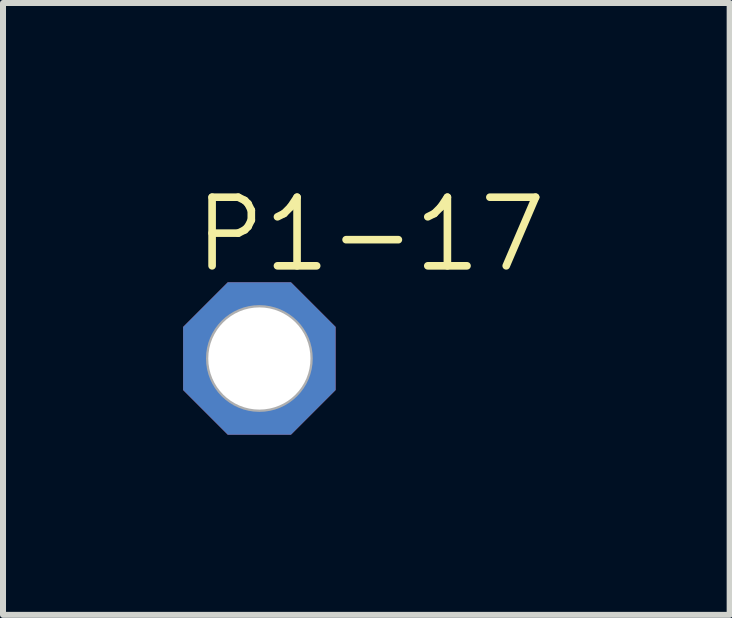
<source format=kicad_pcb>
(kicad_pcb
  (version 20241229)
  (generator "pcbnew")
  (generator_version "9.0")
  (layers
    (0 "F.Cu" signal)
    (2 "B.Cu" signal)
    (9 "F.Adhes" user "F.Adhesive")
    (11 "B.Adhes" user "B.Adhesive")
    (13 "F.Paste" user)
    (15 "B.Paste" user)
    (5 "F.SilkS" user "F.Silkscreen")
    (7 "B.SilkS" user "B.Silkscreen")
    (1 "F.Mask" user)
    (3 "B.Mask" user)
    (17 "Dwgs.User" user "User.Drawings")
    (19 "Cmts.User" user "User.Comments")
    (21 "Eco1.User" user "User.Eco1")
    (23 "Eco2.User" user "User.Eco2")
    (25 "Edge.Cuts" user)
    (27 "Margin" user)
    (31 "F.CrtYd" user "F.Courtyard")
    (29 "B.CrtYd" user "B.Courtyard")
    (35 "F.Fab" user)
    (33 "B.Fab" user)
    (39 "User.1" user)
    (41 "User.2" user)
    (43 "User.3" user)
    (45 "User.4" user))
  (footprint "P1-17"
    (layer "F.Cu")
    (at 1.27 2.921)
    (property "Reference" "P1-17" (at -1.143 -1.397 0) (unlocked yes) (layer "F.SilkS") (effects (font (size 1.143 1.143) (thickness 0.127)) (justify left bottom)))
    (fp_circle (center 0 0) (end 0.813 0) (stroke (width 0.152) (type solid)) (fill no) (layer "F.Fab"))
    (fp_poly (pts (xy -0.33 0.33) (xy 0.33 0.33) (xy 0.33 -0.33) (xy -0.33 -0.33)) (stroke (width 0.1) (type default)) (fill no) (layer "F.Fab"))
    (pad "TP" thru_hole roundrect (at 0 0) (size 2.54 2.54) (drill 1.702) (layers "*.Cu" "*.Mask") (roundrect_rratio 0.25) (chamfer_ratio 0.293) (chamfer top_left top_right bottom_left bottom_right)))
  (gr_rect
    (start -3 -3)
    (end 9.103 7.191)
    (stroke (width 0.1) (type default))
    (fill no)
    (layer "Edge.Cuts")))
</source>
